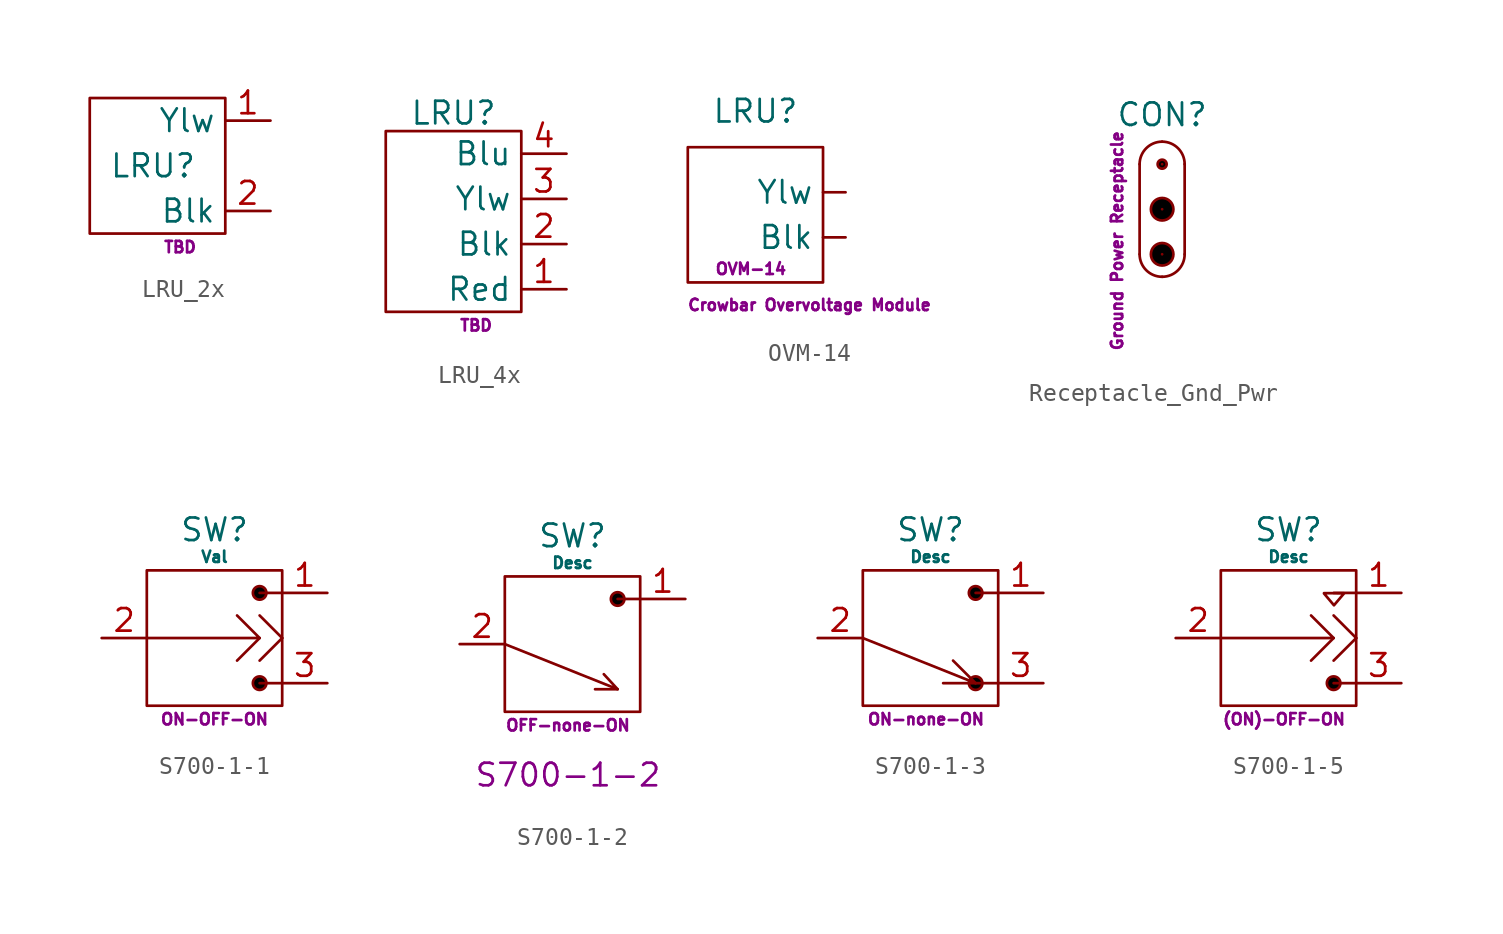
<source format=kicad_sym>
(kicad_symbol_lib
  (version 20231120)
  (generator "kicad_symbol_editor")
  (generator_version "8.0")
  (symbol "LRU_2x"
    (property "Reference" "LRU"
      (at -1.524 0 0)
      (do_not_autoplace)
      (effects (font (size 1.27 1.27))))
    (property "Datasheet" "TBD"
      (at 0 -4.572 0)
      (do_not_autoplace)
      (effects (font (size 0.635 0.635))))
    (symbol "LRU_2x_0_1"
      (rectangle (start -5.08 3.81) (end 2.54 -3.81) (stroke (width 0) (type default)) (fill (type none))))
    (symbol "LRU_2x_1_1"
      (pin passive line (at 5.08 2.54 180) (length 2.54) (name "Ylw" (effects (font (size 1.27 1.27)))) (number "1" (effects (font (size 1.27 1.27)))))
      (pin passive line (at 5.08 -2.54 180) (length 2.54) (name "Blk" (effects (font (size 1.27 1.27)))) (number "2" (effects (font (size 1.27 1.27)))))))
  (symbol "LRU_4x"
    (property "Reference" "LRU"
      (at -1.27 7.366 0)
      (do_not_autoplace)
      (effects (font (size 1.27 1.27))))
    (property "Datasheet" "TBD"
      (at 0 -4.572 0)
      (do_not_autoplace)
      (effects (font (size 0.635 0.635))))
    (symbol "LRU_4x_0_1"
      (rectangle (start -5.08 6.35) (end 2.54 -3.81) (stroke (width 0) (type default)) (fill (type none))))
    (symbol "LRU_4x_1_1"
      (pin passive line (at 5.08 -2.54 180) (length 2.54) (name "Red" (effects (font (size 1.27 1.27)))) (number "1" (effects (font (size 1.27 1.27)))))
      (pin passive line (at 5.08 0 180) (length 2.54) (name "Blk" (effects (font (size 1.27 1.27)))) (number "2" (effects (font (size 1.27 1.27)))))
      (pin passive line (at 5.08 2.54 180) (length 2.54) (name "Ylw" (effects (font (size 1.27 1.27)))) (number "3" (effects (font (size 1.27 1.27)))))
      (pin passive line (at 5.08 5.08 180) (length 2.54) (name "Blu" (effects (font (size 1.27 1.27)))) (number "4" (effects (font (size 1.27 1.27)))))))
  (symbol "OVM-14"
    (pin_numbers hide)
    (property "Reference" "LRU"
      (at -1.27 5.842 0)
      (do_not_autoplace)
      (effects (font (size 1.27 1.27))))
    (property "Datasheet" "OVM-14"
      (at -1.524 -3.048 0)
      (do_not_autoplace)
      (effects (font (size 0.635 0.635))))
    (property "Description" "Crowbar Overvoltage Module"
      (at 1.778 -5.08 0)
      (do_not_autoplace)
      (effects (font (size 0.635 0.635))))
    (symbol "OVM-14_0_1"
      (rectangle (start -5.08 3.81) (end 2.54 -3.81) (stroke (width 0) (type default)) (fill (type none))))
    (symbol "OVM-14_1_1"
      (pin passive line (at 3.81 1.27 180) (length 1.27) (name "Ylw" (effects (font (size 1.27 1.27)))) (number "1" (effects (font (size 1.27 1.27)))))
      (pin passive line (at 3.81 -1.27 180) (length 1.27) (name "Blk" (effects (font (size 1.27 1.27)))) (number "2" (effects (font (size 1.27 1.27)))))))
  (symbol "Receptacle_Gnd_Pwr"
    (pin_numbers hide)
    (pin_names hide)
    (property "Reference" "CON"
      (at 0 5.334 0)
      (do_not_autoplace)
      (effects (font (size 1.27 1.27))))
    (property "Description" "Ground Power Receptacle"
      (at -2.54 -1.778 90)
      (do_not_autoplace)
      (effects (font (size 0.635 0.635))))
    (symbol "Receptacle_Gnd_Pwr_0_1"
      (arc (start -1.27 -2.54) (mid -0.898 -3.438) (end 0 -3.81) (stroke (width 0) (type default)) (fill (type none)))
      (arc (start 0 -3.81) (mid 0.898 -3.438) (end 1.27 -2.54) (stroke (width 0) (type default)) (fill (type none)))
      (circle (center 0 -2.54) (radius 0.635) (stroke (width 0) (type default)) (fill (type color) (color 0 0 0 1)))
      (polyline (pts (xy -1.27 2.54) (xy -1.27 -2.54)) (stroke (width 0) (type default)) (fill (type none)))
      (polyline (pts (xy 1.27 2.54) (xy 1.27 -2.54)) (stroke (width 0) (type default)) (fill (type none)))
      (circle (center 0 0) (radius 0.635) (stroke (width 0) (type default)) (fill (type color) (color 0 0 0 1)))
      (circle (center 0 2.54) (radius 0.254) (stroke (width 0) (type default)) (fill (type color) (color 0 0 0 1)))
      (arc (start 0 3.81) (mid -0.898 3.438) (end -1.27 2.54) (stroke (width 0) (type default)) (fill (type none)))
      (arc (start 1.27 2.54) (mid 0.898 3.438) (end 0 3.81) (stroke (width 0) (type default)) (fill (type none))))
    (symbol "Receptacle_Gnd_Pwr_1_1"
      (pin passive line (at 0 2.54 180) (length 0) (name "Ylw" (effects (font (size 1.27 1.27)))) (number "1" (effects (font (size 1.27 1.27)))))
      (pin passive line (at 0 -2.54 180) (length 0) (name "Blk" (effects (font (size 1.27 1.27)))) (number "2" (effects (font (size 1.27 1.27)))))
      (pin passive line (at 0 0 180) (length 0) (name "Blk" (effects (font (size 1.27 1.27)))) (number "2" (effects (font (size 1.27 1.27)))))))
  (symbol "S700-1-1"
    (pin_names hide)
    (property "Reference" "SW"
      (at 0 6.096 0)
      (do_not_autoplace)
      (effects (font (size 1.27 1.27))))
    (property "Value" "Val"
      (at 0 4.572 0)
      (do_not_autoplace)
      (effects (font (size 0.635 0.635))))
    (property "Description" "ON-OFF-ON"
      (at 0 -4.572 0)
      (do_not_autoplace)
      (effects (font (size 0.635 0.635))))
    (symbol "S700-1-1_0_1"
      (rectangle (start -3.81 3.81) (end 3.81 -3.81) (stroke (width 0) (type default)) (fill (type none)))
      (polyline (pts (xy 2.54 0) (xy 1.27 -1.27)) (stroke (width 0) (type default)) (fill (type none)))
      (polyline (pts (xy 3.81 -2.54) (xy 2.54 -2.54)) (stroke (width 0) (type default)) (fill (type none)))
      (polyline (pts (xy 3.81 0) (xy 2.54 -1.27)) (stroke (width 0) (type default)) (fill (type none)))
      (polyline (pts (xy 3.81 0) (xy 2.54 1.27)) (stroke (width 0) (type default)) (fill (type none)))
      (polyline (pts (xy 3.81 2.54) (xy 2.54 2.54)) (stroke (width 0) (type default)) (fill (type none)))
      (polyline (pts (xy -3.81 0) (xy 2.54 0) (xy 1.27 1.27)) (stroke (width 0) (type default)) (fill (type none)))
      (circle (center 2.54 -2.54) (radius 0.381) (stroke (width 0) (type default)) (fill (type color) (color 0 0 0 1)))
      (circle (center 2.54 2.54) (radius 0.381) (stroke (width 0) (type default)) (fill (type color) (color 0 0 0 1))))
    (symbol "S700-1-1_1_1"
      (pin passive line (at 6.35 2.54 180) (length 2.54) (name "ON" (effects (font (size 1.27 1.27)))) (number "1" (effects (font (size 1.27 1.27)))))
      (pin passive line (at -6.35 0 0) (length 2.54) (name "IN" (effects (font (size 1.27 1.27)))) (number "2" (effects (font (size 1.27 1.27)))))
      (pin passive line (at 6.35 -2.54 180) (length 2.54) (name "ON" (effects (font (size 1.27 1.27)))) (number "3" (effects (font (size 1.27 1.27)))))))
  (symbol "S700-1-2"
    (pin_names hide)
    (property "Reference" "SW"
      (at 0 6.096 0)
      (do_not_autoplace)
      (effects (font (size 1.27 1.27))))
    (property "Value" "Desc"
      (at 0 4.572 0)
      (do_not_autoplace)
      (effects (font (size 0.635 0.635))))
    (property "Datasheet" "S700-1-2"
      (at -0.254 -7.366 0)
      (effects (font (size 1.27 1.27))))
    (property "Description" "OFF-none-ON"
      (at -0.254 -4.572 0)
      (do_not_autoplace)
      (effects (font (size 0.635 0.635))))
    (symbol "S700-1-2_0_1"
      (rectangle (start -3.81 3.81) (end 3.81 -3.81) (stroke (width 0) (type default)) (fill (type none)))
      (polyline (pts (xy 2.54 -2.54) (xy 1.27 -2.54)) (stroke (width 0) (type default)) (fill (type none)))
      (polyline (pts (xy 3.81 2.54) (xy 2.54 2.54)) (stroke (width 0) (type default)) (fill (type none)))
      (polyline (pts (xy -3.81 0) (xy 2.54 -2.54) (xy 1.763 -1.694)) (stroke (width 0) (type default)) (fill (type none)))
      (circle (center 2.54 2.54) (radius 0.381) (stroke (width 0) (type default)) (fill (type color) (color 0 0 0 1))))
    (symbol "S700-1-2_1_1"
      (pin passive line (at 6.35 2.54 180) (length 2.54) (name "ON" (effects (font (size 1.27 1.27)))) (number "1" (effects (font (size 1.27 1.27)))))
      (pin passive line (at -6.35 0 0) (length 2.54) (name "IN" (effects (font (size 1.27 1.27)))) (number "2" (effects (font (size 1.27 1.27)))))))
  (symbol "S700-1-3"
    (pin_names hide)
    (property "Reference" "SW"
      (at 0 6.096 0)
      (do_not_autoplace)
      (effects (font (size 1.27 1.27))))
    (property "Value" "Desc"
      (at 0 4.572 0)
      (do_not_autoplace)
      (effects (font (size 0.635 0.635))))
    (property "Description" "ON-none-ON"
      (at -0.254 -4.572 0)
      (do_not_autoplace)
      (effects (font (size 0.635 0.635))))
    (symbol "S700-1-3_0_1"
      (rectangle (start -3.81 3.81) (end 3.81 -3.81) (stroke (width 0) (type default)) (fill (type none)))
      (polyline (pts (xy 2.54 -2.54) (xy 0.712 -2.54)) (stroke (width 0) (type default)) (fill (type none)))
      (polyline (pts (xy 3.81 -2.54) (xy 2.54 -2.54)) (stroke (width 0) (type default)) (fill (type none)))
      (polyline (pts (xy 3.81 2.54) (xy 2.54 2.54)) (stroke (width 0) (type default)) (fill (type none)))
      (polyline (pts (xy -3.81 0) (xy 2.54 -2.54) (xy 1.27 -1.27)) (stroke (width 0) (type default)) (fill (type none)))
      (circle (center 2.54 -2.54) (radius 0.381) (stroke (width 0) (type default)) (fill (type color) (color 0 0 0 1)))
      (circle (center 2.54 2.54) (radius 0.381) (stroke (width 0) (type default)) (fill (type color) (color 0 0 0 1))))
    (symbol "S700-1-3_1_1"
      (pin passive line (at 6.35 2.54 180) (length 2.54) (name "ON" (effects (font (size 1.27 1.27)))) (number "1" (effects (font (size 1.27 1.27)))))
      (pin passive line (at -6.35 0 0) (length 2.54) (name "IN" (effects (font (size 1.27 1.27)))) (number "2" (effects (font (size 1.27 1.27)))))
      (pin passive line (at 6.35 -2.54 180) (length 2.54) (name "ON" (effects (font (size 1.27 1.27)))) (number "3" (effects (font (size 1.27 1.27)))))))
  (symbol "S700-1-5"
    (pin_names hide)
    (property "Reference" "SW"
      (at 0 6.096 0)
      (effects (font (size 1.27 1.27))))
    (property "Value" "Desc"
      (at 0 4.572 0)
      (do_not_autoplace)
      (effects (font (size 0.635 0.635))))
    (property "Description" "(ON)-OFF-ON"
      (at -0.254 -4.572 0)
      (do_not_autoplace)
      (effects (font (size 0.635 0.635))))
    (symbol "S700-1-5_0_1"
      (rectangle (start -3.81 3.81) (end 3.81 -3.81) (stroke (width 0) (type default)) (fill (type none)))
      (polyline (pts (xy 2.54 0) (xy 1.27 -1.27)) (stroke (width 0) (type default)) (fill (type none)))
      (polyline (pts (xy 3.81 -2.54) (xy 2.54 -2.54)) (stroke (width 0) (type default)) (fill (type none)))
      (polyline (pts (xy 3.81 0) (xy 2.54 -1.27)) (stroke (width 0) (type default)) (fill (type none)))
      (polyline (pts (xy 3.81 0) (xy 2.54 1.27)) (stroke (width 0) (type default)) (fill (type none)))
      (polyline (pts (xy 3.81 2.54) (xy 2.54 2.54)) (stroke (width 0) (type default)) (fill (type none)))
      (polyline (pts (xy -3.81 0) (xy 2.54 0) (xy 1.27 1.27)) (stroke (width 0) (type default)) (fill (type none)))
      (polyline (pts (xy 1.998 2.527) (xy 3.133 2.521) (xy 2.559 1.843) (xy 1.998 2.508)) (stroke (width 0) (type default)) (fill (type none)))
      (circle (center 2.54 -2.54) (radius 0.381) (stroke (width 0) (type default)) (fill (type color) (color 0 0 0 1))))
    (symbol "S700-1-5_1_1"
      (pin passive line (at 6.35 2.54 180) (length 2.54) (name "ON" (effects (font (size 1.27 1.27)))) (number "1" (effects (font (size 1.27 1.27)))))
      (pin passive line (at -6.35 0 0) (length 2.54) (name "IN" (effects (font (size 1.27 1.27)))) (number "2" (effects (font (size 1.27 1.27)))))
      (pin passive line (at 6.35 -2.54 180) (length 2.54) (name "ON" (effects (font (size 1.27 1.27)))) (number "3" (effects (font (size 1.27 1.27))))))))
</source>
